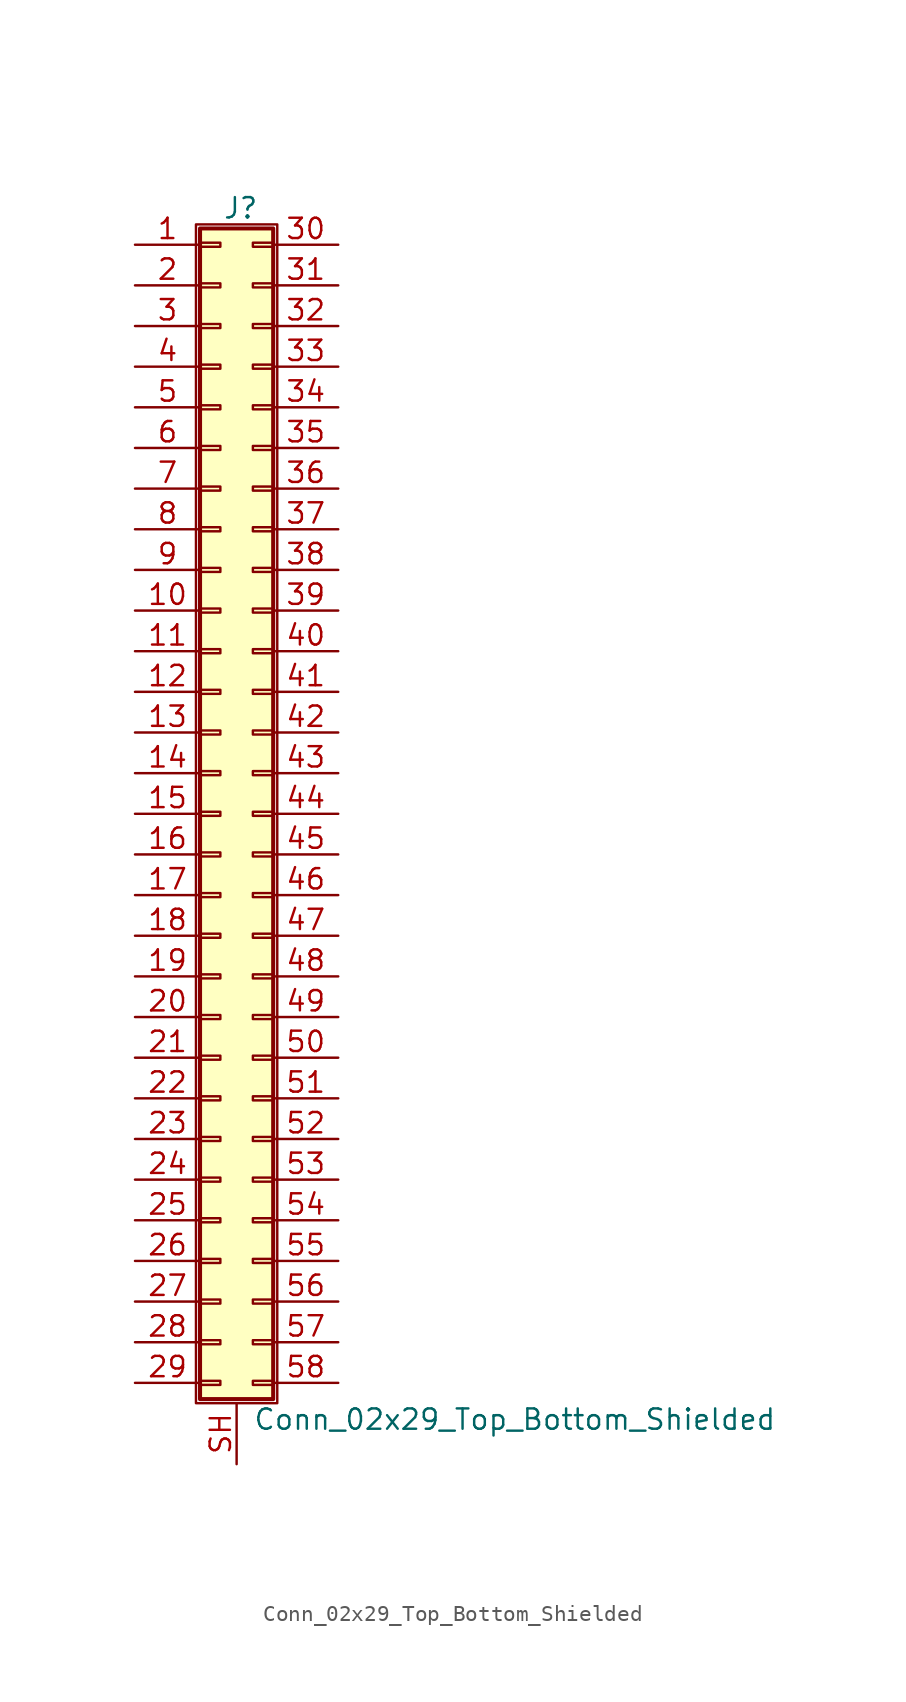
<source format=kicad_sym>
(kicad_symbol_lib
  (version 20211014)
  (generator kicad_symbol_editor)
  (symbol "Conn_02x29_Top_Bottom_Shielded"
    (pin_names
      (offset 1.016) hide)
    (property "Reference" "J"
      (at 1.524 37.846 0)
      (effects (font (size 1.27 1.27))))
    (property "Value" "Conn_02x29_Top_Bottom_Shielded"
      (at 2.286 -37.846 0)
      (effects (font (size 1.27 1.27)) (justify left)))
    (symbol "Conn_02x29_Top_Bottom_Shielded_1_1"
      (rectangle (start -1.27 36.83) (end 3.81 -36.83) (stroke (width 0.152) (type default) (color 0 0 0 0)) (fill (type none)))
      (rectangle (start -1.016 -35.433) (end 0.254 -35.687) (stroke (width 0.152) (type default) (color 0 0 0 0)) (fill (type none)))
      (rectangle (start -1.016 -32.893) (end 0.254 -33.147) (stroke (width 0.152) (type default) (color 0 0 0 0)) (fill (type none)))
      (rectangle (start -1.016 -30.353) (end 0.254 -30.607) (stroke (width 0.152) (type default) (color 0 0 0 0)) (fill (type none)))
      (rectangle (start -1.016 -27.813) (end 0.254 -28.067) (stroke (width 0.152) (type default) (color 0 0 0 0)) (fill (type none)))
      (rectangle (start -1.016 -25.273) (end 0.254 -25.527) (stroke (width 0.152) (type default) (color 0 0 0 0)) (fill (type none)))
      (rectangle (start -1.016 -22.733) (end 0.254 -22.987) (stroke (width 0.152) (type default) (color 0 0 0 0)) (fill (type none)))
      (rectangle (start -1.016 -20.193) (end 0.254 -20.447) (stroke (width 0.152) (type default) (color 0 0 0 0)) (fill (type none)))
      (rectangle (start -1.016 -17.653) (end 0.254 -17.907) (stroke (width 0.152) (type default) (color 0 0 0 0)) (fill (type none)))
      (rectangle (start -1.016 -15.113) (end 0.254 -15.367) (stroke (width 0.152) (type default) (color 0 0 0 0)) (fill (type none)))
      (rectangle (start -1.016 -12.573) (end 0.254 -12.827) (stroke (width 0.152) (type default) (color 0 0 0 0)) (fill (type none)))
      (rectangle (start -1.016 -10.033) (end 0.254 -10.287) (stroke (width 0.152) (type default) (color 0 0 0 0)) (fill (type none)))
      (rectangle (start -1.016 -7.493) (end 0.254 -7.747) (stroke (width 0.152) (type default) (color 0 0 0 0)) (fill (type none)))
      (rectangle (start -1.016 -4.953) (end 0.254 -5.207) (stroke (width 0.152) (type default) (color 0 0 0 0)) (fill (type none)))
      (rectangle (start -1.016 -2.413) (end 0.254 -2.667) (stroke (width 0.152) (type default) (color 0 0 0 0)) (fill (type none)))
      (rectangle (start -1.016 0.127) (end 0.254 -0.127) (stroke (width 0.152) (type default) (color 0 0 0 0)) (fill (type none)))
      (rectangle (start -1.016 2.667) (end 0.254 2.413) (stroke (width 0.152) (type default) (color 0 0 0 0)) (fill (type none)))
      (rectangle (start -1.016 5.207) (end 0.254 4.953) (stroke (width 0.152) (type default) (color 0 0 0 0)) (fill (type none)))
      (rectangle (start -1.016 7.747) (end 0.254 7.493) (stroke (width 0.152) (type default) (color 0 0 0 0)) (fill (type none)))
      (rectangle (start -1.016 10.287) (end 0.254 10.033) (stroke (width 0.152) (type default) (color 0 0 0 0)) (fill (type none)))
      (rectangle (start -1.016 12.827) (end 0.254 12.573) (stroke (width 0.152) (type default) (color 0 0 0 0)) (fill (type none)))
      (rectangle (start -1.016 15.367) (end 0.254 15.113) (stroke (width 0.152) (type default) (color 0 0 0 0)) (fill (type none)))
      (rectangle (start -1.016 17.907) (end 0.254 17.653) (stroke (width 0.152) (type default) (color 0 0 0 0)) (fill (type none)))
      (rectangle (start -1.016 20.447) (end 0.254 20.193) (stroke (width 0.152) (type default) (color 0 0 0 0)) (fill (type none)))
      (rectangle (start -1.016 22.987) (end 0.254 22.733) (stroke (width 0.152) (type default) (color 0 0 0 0)) (fill (type none)))
      (rectangle (start -1.016 25.527) (end 0.254 25.273) (stroke (width 0.152) (type default) (color 0 0 0 0)) (fill (type none)))
      (rectangle (start -1.016 28.067) (end 0.254 27.813) (stroke (width 0.152) (type default) (color 0 0 0 0)) (fill (type none)))
      (rectangle (start -1.016 30.607) (end 0.254 30.353) (stroke (width 0.152) (type default) (color 0 0 0 0)) (fill (type none)))
      (rectangle (start -1.016 33.147) (end 0.254 32.893) (stroke (width 0.152) (type default) (color 0 0 0 0)) (fill (type none)))
      (rectangle (start -1.016 35.687) (end 0.254 35.433) (stroke (width 0.152) (type default) (color 0 0 0 0)) (fill (type none)))
      (rectangle (start -1.016 36.576) (end 3.556 -36.576) (stroke (width 0.254) (type default) (color 0 0 0 0)) (fill (type background)))
      (rectangle (start 3.556 -35.433) (end 2.286 -35.687) (stroke (width 0.152) (type default) (color 0 0 0 0)) (fill (type none)))
      (rectangle (start 3.556 -32.893) (end 2.286 -33.147) (stroke (width 0.152) (type default) (color 0 0 0 0)) (fill (type none)))
      (rectangle (start 3.556 -30.353) (end 2.286 -30.607) (stroke (width 0.152) (type default) (color 0 0 0 0)) (fill (type none)))
      (rectangle (start 3.556 -27.813) (end 2.286 -28.067) (stroke (width 0.152) (type default) (color 0 0 0 0)) (fill (type none)))
      (rectangle (start 3.556 -25.273) (end 2.286 -25.527) (stroke (width 0.152) (type default) (color 0 0 0 0)) (fill (type none)))
      (rectangle (start 3.556 -22.733) (end 2.286 -22.987) (stroke (width 0.152) (type default) (color 0 0 0 0)) (fill (type none)))
      (rectangle (start 3.556 -20.193) (end 2.286 -20.447) (stroke (width 0.152) (type default) (color 0 0 0 0)) (fill (type none)))
      (rectangle (start 3.556 -17.653) (end 2.286 -17.907) (stroke (width 0.152) (type default) (color 0 0 0 0)) (fill (type none)))
      (rectangle (start 3.556 -15.113) (end 2.286 -15.367) (stroke (width 0.152) (type default) (color 0 0 0 0)) (fill (type none)))
      (rectangle (start 3.556 -12.573) (end 2.286 -12.827) (stroke (width 0.152) (type default) (color 0 0 0 0)) (fill (type none)))
      (rectangle (start 3.556 -10.033) (end 2.286 -10.287) (stroke (width 0.152) (type default) (color 0 0 0 0)) (fill (type none)))
      (rectangle (start 3.556 -7.493) (end 2.286 -7.747) (stroke (width 0.152) (type default) (color 0 0 0 0)) (fill (type none)))
      (rectangle (start 3.556 -4.953) (end 2.286 -5.207) (stroke (width 0.152) (type default) (color 0 0 0 0)) (fill (type none)))
      (rectangle (start 3.556 -2.413) (end 2.286 -2.667) (stroke (width 0.152) (type default) (color 0 0 0 0)) (fill (type none)))
      (rectangle (start 3.556 0.127) (end 2.286 -0.127) (stroke (width 0.152) (type default) (color 0 0 0 0)) (fill (type none)))
      (rectangle (start 3.556 2.667) (end 2.286 2.413) (stroke (width 0.152) (type default) (color 0 0 0 0)) (fill (type none)))
      (rectangle (start 3.556 5.207) (end 2.286 4.953) (stroke (width 0.152) (type default) (color 0 0 0 0)) (fill (type none)))
      (rectangle (start 3.556 7.747) (end 2.286 7.493) (stroke (width 0.152) (type default) (color 0 0 0 0)) (fill (type none)))
      (rectangle (start 3.556 10.287) (end 2.286 10.033) (stroke (width 0.152) (type default) (color 0 0 0 0)) (fill (type none)))
      (rectangle (start 3.556 12.827) (end 2.286 12.573) (stroke (width 0.152) (type default) (color 0 0 0 0)) (fill (type none)))
      (rectangle (start 3.556 15.367) (end 2.286 15.113) (stroke (width 0.152) (type default) (color 0 0 0 0)) (fill (type none)))
      (rectangle (start 3.556 17.907) (end 2.286 17.653) (stroke (width 0.152) (type default) (color 0 0 0 0)) (fill (type none)))
      (rectangle (start 3.556 20.447) (end 2.286 20.193) (stroke (width 0.152) (type default) (color 0 0 0 0)) (fill (type none)))
      (rectangle (start 3.556 22.987) (end 2.286 22.733) (stroke (width 0.152) (type default) (color 0 0 0 0)) (fill (type none)))
      (rectangle (start 3.556 25.527) (end 2.286 25.273) (stroke (width 0.152) (type default) (color 0 0 0 0)) (fill (type none)))
      (rectangle (start 3.556 28.067) (end 2.286 27.813) (stroke (width 0.152) (type default) (color 0 0 0 0)) (fill (type none)))
      (rectangle (start 3.556 30.607) (end 2.286 30.353) (stroke (width 0.152) (type default) (color 0 0 0 0)) (fill (type none)))
      (rectangle (start 3.556 33.147) (end 2.286 32.893) (stroke (width 0.152) (type default) (color 0 0 0 0)) (fill (type none)))
      (rectangle (start 3.556 35.687) (end 2.286 35.433) (stroke (width 0.152) (type default) (color 0 0 0 0)) (fill (type none)))
      (pin passive line (at -5.08 35.56 0) (length 4.064) (name "Pin_1" (effects (font (size 1.27 1.27)))) (number "1" (effects (font (size 1.27 1.27)))))
      (pin passive line (at -5.08 12.7 0) (length 4.064) (name "Pin_10" (effects (font (size 1.27 1.27)))) (number "10" (effects (font (size 1.27 1.27)))))
      (pin passive line (at -5.08 10.16 0) (length 4.064) (name "Pin_11" (effects (font (size 1.27 1.27)))) (number "11" (effects (font (size 1.27 1.27)))))
      (pin passive line (at -5.08 7.62 0) (length 4.064) (name "Pin_12" (effects (font (size 1.27 1.27)))) (number "12" (effects (font (size 1.27 1.27)))))
      (pin passive line (at -5.08 5.08 0) (length 4.064) (name "Pin_13" (effects (font (size 1.27 1.27)))) (number "13" (effects (font (size 1.27 1.27)))))
      (pin passive line (at -5.08 2.54 0) (length 4.064) (name "Pin_14" (effects (font (size 1.27 1.27)))) (number "14" (effects (font (size 1.27 1.27)))))
      (pin passive line (at -5.08 0 0) (length 4.064) (name "Pin_15" (effects (font (size 1.27 1.27)))) (number "15" (effects (font (size 1.27 1.27)))))
      (pin passive line (at -5.08 -2.54 0) (length 4.064) (name "Pin_16" (effects (font (size 1.27 1.27)))) (number "16" (effects (font (size 1.27 1.27)))))
      (pin passive line (at -5.08 -5.08 0) (length 4.064) (name "Pin_17" (effects (font (size 1.27 1.27)))) (number "17" (effects (font (size 1.27 1.27)))))
      (pin passive line (at -5.08 -7.62 0) (length 4.064) (name "Pin_18" (effects (font (size 1.27 1.27)))) (number "18" (effects (font (size 1.27 1.27)))))
      (pin passive line (at -5.08 -10.16 0) (length 4.064) (name "Pin_19" (effects (font (size 1.27 1.27)))) (number "19" (effects (font (size 1.27 1.27)))))
      (pin passive line (at -5.08 33.02 0) (length 4.064) (name "Pin_2" (effects (font (size 1.27 1.27)))) (number "2" (effects (font (size 1.27 1.27)))))
      (pin passive line (at -5.08 -12.7 0) (length 4.064) (name "Pin_20" (effects (font (size 1.27 1.27)))) (number "20" (effects (font (size 1.27 1.27)))))
      (pin passive line (at -5.08 -15.24 0) (length 4.064) (name "Pin_21" (effects (font (size 1.27 1.27)))) (number "21" (effects (font (size 1.27 1.27)))))
      (pin passive line (at -5.08 -17.78 0) (length 4.064) (name "Pin_22" (effects (font (size 1.27 1.27)))) (number "22" (effects (font (size 1.27 1.27)))))
      (pin passive line (at -5.08 -20.32 0) (length 4.064) (name "Pin_23" (effects (font (size 1.27 1.27)))) (number "23" (effects (font (size 1.27 1.27)))))
      (pin passive line (at -5.08 -22.86 0) (length 4.064) (name "Pin_24" (effects (font (size 1.27 1.27)))) (number "24" (effects (font (size 1.27 1.27)))))
      (pin passive line (at -5.08 -25.4 0) (length 4.064) (name "Pin_25" (effects (font (size 1.27 1.27)))) (number "25" (effects (font (size 1.27 1.27)))))
      (pin passive line (at -5.08 -27.94 0) (length 4.064) (name "Pin_26" (effects (font (size 1.27 1.27)))) (number "26" (effects (font (size 1.27 1.27)))))
      (pin passive line (at -5.08 -30.48 0) (length 4.064) (name "Pin_27" (effects (font (size 1.27 1.27)))) (number "27" (effects (font (size 1.27 1.27)))))
      (pin passive line (at -5.08 -33.02 0) (length 4.064) (name "Pin_28" (effects (font (size 1.27 1.27)))) (number "28" (effects (font (size 1.27 1.27)))))
      (pin passive line (at -5.08 -35.56 0) (length 4.064) (name "Pin_29" (effects (font (size 1.27 1.27)))) (number "29" (effects (font (size 1.27 1.27)))))
      (pin passive line (at -5.08 30.48 0) (length 4.064) (name "Pin_3" (effects (font (size 1.27 1.27)))) (number "3" (effects (font (size 1.27 1.27)))))
      (pin passive line (at 7.62 35.56 180) (length 4.064) (name "Pin_30" (effects (font (size 1.27 1.27)))) (number "30" (effects (font (size 1.27 1.27)))))
      (pin passive line (at 7.62 33.02 180) (length 4.064) (name "Pin_31" (effects (font (size 1.27 1.27)))) (number "31" (effects (font (size 1.27 1.27)))))
      (pin passive line (at 7.62 30.48 180) (length 4.064) (name "Pin_32" (effects (font (size 1.27 1.27)))) (number "32" (effects (font (size 1.27 1.27)))))
      (pin passive line (at 7.62 27.94 180) (length 4.064) (name "Pin_33" (effects (font (size 1.27 1.27)))) (number "33" (effects (font (size 1.27 1.27)))))
      (pin passive line (at 7.62 25.4 180) (length 4.064) (name "Pin_34" (effects (font (size 1.27 1.27)))) (number "34" (effects (font (size 1.27 1.27)))))
      (pin passive line (at 7.62 22.86 180) (length 4.064) (name "Pin_35" (effects (font (size 1.27 1.27)))) (number "35" (effects (font (size 1.27 1.27)))))
      (pin passive line (at 7.62 20.32 180) (length 4.064) (name "Pin_36" (effects (font (size 1.27 1.27)))) (number "36" (effects (font (size 1.27 1.27)))))
      (pin passive line (at 7.62 17.78 180) (length 4.064) (name "Pin_37" (effects (font (size 1.27 1.27)))) (number "37" (effects (font (size 1.27 1.27)))))
      (pin passive line (at 7.62 15.24 180) (length 4.064) (name "Pin_38" (effects (font (size 1.27 1.27)))) (number "38" (effects (font (size 1.27 1.27)))))
      (pin passive line (at 7.62 12.7 180) (length 4.064) (name "Pin_39" (effects (font (size 1.27 1.27)))) (number "39" (effects (font (size 1.27 1.27)))))
      (pin passive line (at -5.08 27.94 0) (length 4.064) (name "Pin_4" (effects (font (size 1.27 1.27)))) (number "4" (effects (font (size 1.27 1.27)))))
      (pin passive line (at 7.62 10.16 180) (length 4.064) (name "Pin_40" (effects (font (size 1.27 1.27)))) (number "40" (effects (font (size 1.27 1.27)))))
      (pin passive line (at 7.62 7.62 180) (length 4.064) (name "Pin_41" (effects (font (size 1.27 1.27)))) (number "41" (effects (font (size 1.27 1.27)))))
      (pin passive line (at 7.62 5.08 180) (length 4.064) (name "Pin_42" (effects (font (size 1.27 1.27)))) (number "42" (effects (font (size 1.27 1.27)))))
      (pin passive line (at 7.62 2.54 180) (length 4.064) (name "Pin_43" (effects (font (size 1.27 1.27)))) (number "43" (effects (font (size 1.27 1.27)))))
      (pin passive line (at 7.62 0 180) (length 4.064) (name "Pin_44" (effects (font (size 1.27 1.27)))) (number "44" (effects (font (size 1.27 1.27)))))
      (pin passive line (at 7.62 -2.54 180) (length 4.064) (name "Pin_45" (effects (font (size 1.27 1.27)))) (number "45" (effects (font (size 1.27 1.27)))))
      (pin passive line (at 7.62 -5.08 180) (length 4.064) (name "Pin_46" (effects (font (size 1.27 1.27)))) (number "46" (effects (font (size 1.27 1.27)))))
      (pin passive line (at 7.62 -7.62 180) (length 4.064) (name "Pin_47" (effects (font (size 1.27 1.27)))) (number "47" (effects (font (size 1.27 1.27)))))
      (pin passive line (at 7.62 -10.16 180) (length 4.064) (name "Pin_48" (effects (font (size 1.27 1.27)))) (number "48" (effects (font (size 1.27 1.27)))))
      (pin passive line (at 7.62 -12.7 180) (length 4.064) (name "Pin_49" (effects (font (size 1.27 1.27)))) (number "49" (effects (font (size 1.27 1.27)))))
      (pin passive line (at -5.08 25.4 0) (length 4.064) (name "Pin_5" (effects (font (size 1.27 1.27)))) (number "5" (effects (font (size 1.27 1.27)))))
      (pin passive line (at 7.62 -15.24 180) (length 4.064) (name "Pin_50" (effects (font (size 1.27 1.27)))) (number "50" (effects (font (size 1.27 1.27)))))
      (pin passive line (at 7.62 -17.78 180) (length 4.064) (name "Pin_51" (effects (font (size 1.27 1.27)))) (number "51" (effects (font (size 1.27 1.27)))))
      (pin passive line (at 7.62 -20.32 180) (length 4.064) (name "Pin_52" (effects (font (size 1.27 1.27)))) (number "52" (effects (font (size 1.27 1.27)))))
      (pin passive line (at 7.62 -22.86 180) (length 4.064) (name "Pin_53" (effects (font (size 1.27 1.27)))) (number "53" (effects (font (size 1.27 1.27)))))
      (pin passive line (at 7.62 -25.4 180) (length 4.064) (name "Pin_54" (effects (font (size 1.27 1.27)))) (number "54" (effects (font (size 1.27 1.27)))))
      (pin passive line (at 7.62 -27.94 180) (length 4.064) (name "Pin_55" (effects (font (size 1.27 1.27)))) (number "55" (effects (font (size 1.27 1.27)))))
      (pin passive line (at 7.62 -30.48 180) (length 4.064) (name "Pin_56" (effects (font (size 1.27 1.27)))) (number "56" (effects (font (size 1.27 1.27)))))
      (pin passive line (at 7.62 -33.02 180) (length 4.064) (name "Pin_57" (effects (font (size 1.27 1.27)))) (number "57" (effects (font (size 1.27 1.27)))))
      (pin passive line (at 7.62 -35.56 180) (length 4.064) (name "Pin_58" (effects (font (size 1.27 1.27)))) (number "58" (effects (font (size 1.27 1.27)))))
      (pin passive line (at -5.08 22.86 0) (length 4.064) (name "Pin_6" (effects (font (size 1.27 1.27)))) (number "6" (effects (font (size 1.27 1.27)))))
      (pin passive line (at -5.08 20.32 0) (length 4.064) (name "Pin_7" (effects (font (size 1.27 1.27)))) (number "7" (effects (font (size 1.27 1.27)))))
      (pin passive line (at -5.08 17.78 0) (length 4.064) (name "Pin_8" (effects (font (size 1.27 1.27)))) (number "8" (effects (font (size 1.27 1.27)))))
      (pin passive line (at -5.08 15.24 0) (length 4.064) (name "Pin_9" (effects (font (size 1.27 1.27)))) (number "9" (effects (font (size 1.27 1.27)))))
      (pin passive line (at 1.27 -40.64 90) (length 3.81) (name "Shield" (effects (font (size 1.27 1.27)))) (number "SH" (effects (font (size 1.27 1.27))))))))
</source>
